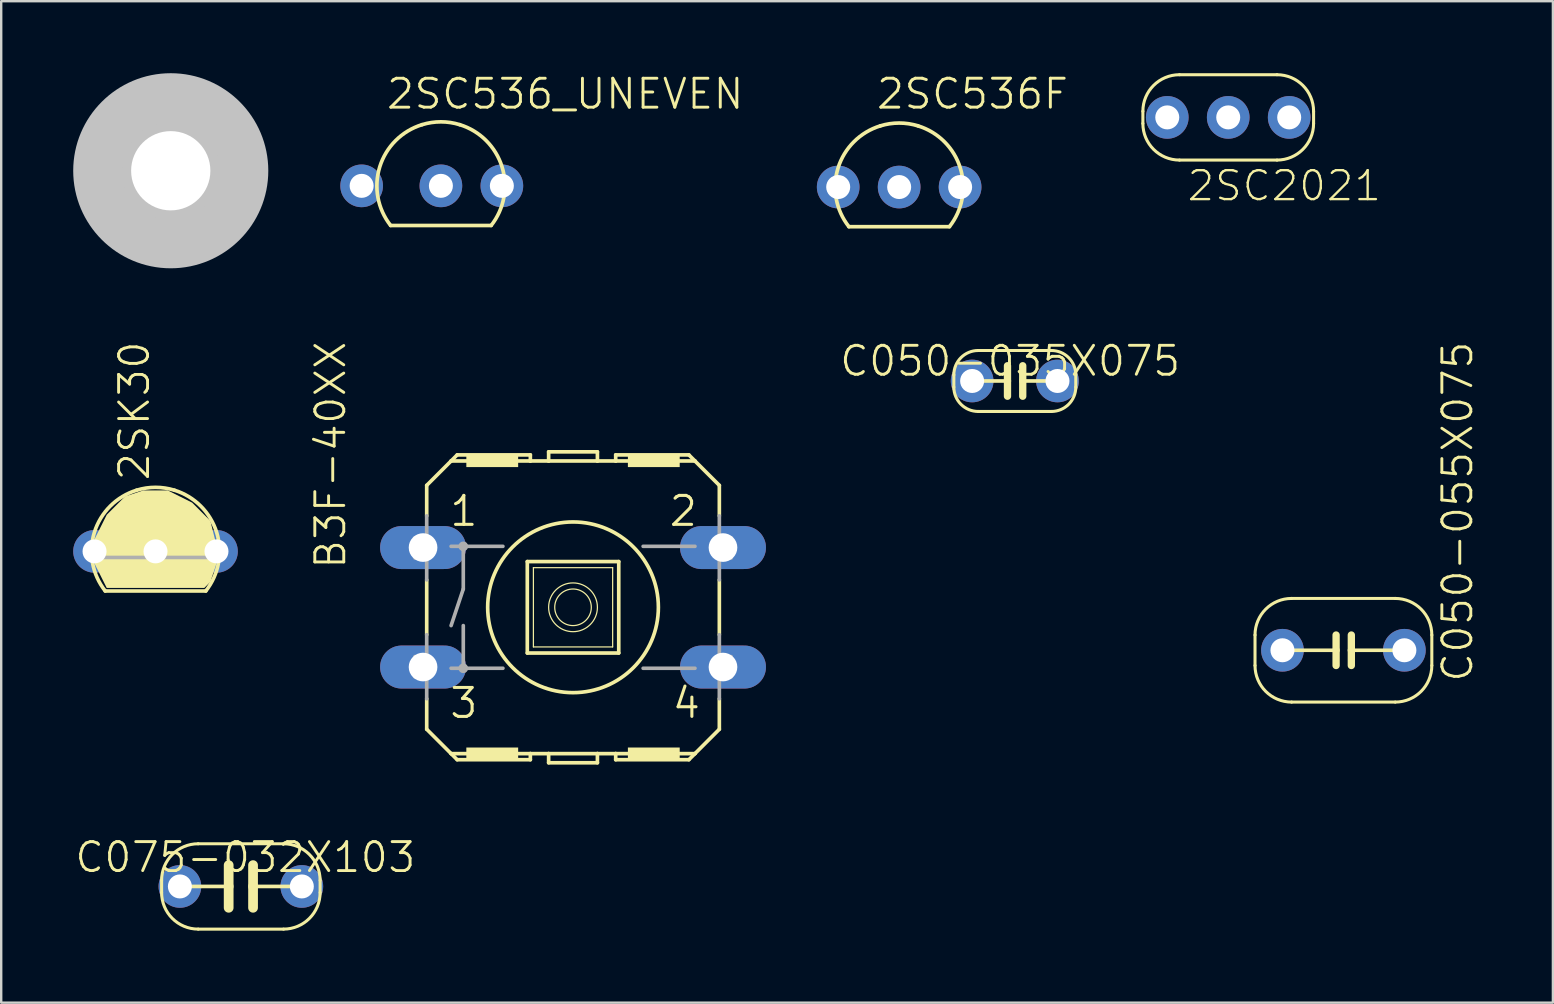
<source format=kicad_pcb>
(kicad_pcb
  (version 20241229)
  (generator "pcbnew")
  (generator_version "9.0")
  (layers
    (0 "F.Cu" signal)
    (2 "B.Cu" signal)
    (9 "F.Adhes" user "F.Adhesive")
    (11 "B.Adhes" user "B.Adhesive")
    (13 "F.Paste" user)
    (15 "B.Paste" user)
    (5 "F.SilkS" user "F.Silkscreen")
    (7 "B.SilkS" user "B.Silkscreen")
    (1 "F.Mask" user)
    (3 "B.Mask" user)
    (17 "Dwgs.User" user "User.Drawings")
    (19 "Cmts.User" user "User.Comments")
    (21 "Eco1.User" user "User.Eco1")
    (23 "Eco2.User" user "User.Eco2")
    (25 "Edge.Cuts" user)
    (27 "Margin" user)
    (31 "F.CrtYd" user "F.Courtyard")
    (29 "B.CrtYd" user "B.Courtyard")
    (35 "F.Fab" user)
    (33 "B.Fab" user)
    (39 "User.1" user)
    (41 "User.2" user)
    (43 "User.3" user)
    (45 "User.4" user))
  (footprint "B3F-40XX"
    (layer "F.Cu")
    (at 20.824 22.252)
    (property "Reference" "B3F-40XX" (at -9.398 -1.524 270) (layer "F.SilkS") (effects (font (size 1.206 1.206) (thickness 0.121)) (justify left bottom)))
    (attr through_hole)
    (fp_line (start -6.096 -5.08) (end -6.096 -3.81) (stroke (width 0.152) (type solid)) (layer "F.SilkS"))
    (fp_line (start -6.096 -1.143) (end -6.096 1.143) (stroke (width 0.152) (type solid)) (layer "F.SilkS"))
    (fp_line (start -6.096 3.81) (end -6.096 5.08) (stroke (width 0.152) (type solid)) (layer "F.SilkS"))
    (fp_line (start -6.096 5.08) (end -5.08 6.096) (stroke (width 0.152) (type solid)) (layer "F.SilkS"))
    (fp_line (start -5.08 -6.096) (end -6.096 -5.08) (stroke (width 0.152) (type solid)) (layer "F.SilkS"))
    (fp_line (start -5.08 -6.096) (end -4.826 -6.35) (stroke (width 0.152) (type solid)) (layer "F.SilkS"))
    (fp_line (start -5.08 -6.096) (end -1.778 -6.096) (stroke (width 0.152) (type solid)) (layer "F.SilkS"))
    (fp_line (start -5.08 6.096) (end -1.778 6.096) (stroke (width 0.152) (type solid)) (layer "F.SilkS"))
    (fp_line (start -4.826 6.35) (end -5.08 6.096) (stroke (width 0.152) (type solid)) (layer "F.SilkS"))
    (fp_line (start -1.905 -1.905) (end -1.905 1.905) (stroke (width 0.152) (type solid)) (layer "F.SilkS"))
    (fp_line (start -1.905 -1.905) (end 1.905 -1.905) (stroke (width 0.152) (type solid)) (layer "F.SilkS"))
    (fp_line (start -1.778 -6.35) (end -4.826 -6.35) (stroke (width 0.152) (type solid)) (layer "F.SilkS"))
    (fp_line (start -1.778 -6.35) (end -1.778 -6.096) (stroke (width 0.152) (type solid)) (layer "F.SilkS"))
    (fp_line (start -1.778 -6.096) (end -1.016 -6.096) (stroke (width 0.152) (type solid)) (layer "F.SilkS"))
    (fp_line (start -1.778 6.096) (end -1.778 6.35) (stroke (width 0.152) (type solid)) (layer "F.SilkS"))
    (fp_line (start -1.778 6.096) (end -1.016 6.096) (stroke (width 0.152) (type solid)) (layer "F.SilkS"))
    (fp_line (start -1.778 6.35) (end -4.826 6.35) (stroke (width 0.152) (type solid)) (layer "F.SilkS"))
    (fp_line (start -1.651 -1.651) (end -1.651 1.651) (stroke (width 0.051) (type solid)) (layer "F.SilkS"))
    (fp_line (start -1.651 -1.651) (end 1.651 -1.651) (stroke (width 0.051) (type solid)) (layer "F.SilkS"))
    (fp_line (start -1.016 -6.477) (end 1.016 -6.477) (stroke (width 0.152) (type solid)) (layer "F.SilkS"))
    (fp_line (start -1.016 -6.096) (end -1.016 -6.477) (stroke (width 0.152) (type solid)) (layer "F.SilkS"))
    (fp_line (start -1.016 -6.096) (end 1.016 -6.096) (stroke (width 0.152) (type solid)) (layer "F.SilkS"))
    (fp_line (start -1.016 6.096) (end 1.016 6.096) (stroke (width 0.152) (type solid)) (layer "F.SilkS"))
    (fp_line (start -1.016 6.477) (end -1.016 6.096) (stroke (width 0.152) (type solid)) (layer "F.SilkS"))
    (fp_line (start -1.016 6.477) (end 1.016 6.477) (stroke (width 0.152) (type solid)) (layer "F.SilkS"))
    (fp_line (start 1.016 -6.477) (end 1.016 -6.096) (stroke (width 0.152) (type solid)) (layer "F.SilkS"))
    (fp_line (start 1.016 6.096) (end 1.016 6.477) (stroke (width 0.152) (type solid)) (layer "F.SilkS"))
    (fp_line (start 1.016 6.096) (end 1.778 6.096) (stroke (width 0.152) (type solid)) (layer "F.SilkS"))
    (fp_line (start 1.651 1.651) (end -1.651 1.651) (stroke (width 0.051) (type solid)) (layer "F.SilkS"))
    (fp_line (start 1.651 1.651) (end 1.651 -1.651) (stroke (width 0.051) (type solid)) (layer "F.SilkS"))
    (fp_line (start 1.778 -6.35) (end 1.778 -6.096) (stroke (width 0.152) (type solid)) (layer "F.SilkS"))
    (fp_line (start 1.778 -6.096) (end 1.016 -6.096) (stroke (width 0.152) (type solid)) (layer "F.SilkS"))
    (fp_line (start 1.778 6.096) (end 1.778 6.35) (stroke (width 0.152) (type solid)) (layer "F.SilkS"))
    (fp_line (start 1.778 6.096) (end 5.08 6.096) (stroke (width 0.152) (type solid)) (layer "F.SilkS"))
    (fp_line (start 1.905 1.905) (end -1.905 1.905) (stroke (width 0.152) (type solid)) (layer "F.SilkS"))
    (fp_line (start 1.905 1.905) (end 1.905 -1.905) (stroke (width 0.152) (type solid)) (layer "F.SilkS"))
    (fp_line (start 4.826 -6.35) (end 1.778 -6.35) (stroke (width 0.152) (type solid)) (layer "F.SilkS"))
    (fp_line (start 4.826 6.35) (end 1.778 6.35) (stroke (width 0.152) (type solid)) (layer "F.SilkS"))
    (fp_line (start 5.08 -6.096) (end 1.778 -6.096) (stroke (width 0.152) (type solid)) (layer "F.SilkS"))
    (fp_line (start 5.08 -6.096) (end 4.826 -6.35) (stroke (width 0.152) (type solid)) (layer "F.SilkS"))
    (fp_line (start 5.08 6.096) (end 4.826 6.35) (stroke (width 0.152) (type solid)) (layer "F.SilkS"))
    (fp_line (start 5.08 6.096) (end 6.096 5.08) (stroke (width 0.152) (type solid)) (layer "F.SilkS"))
    (fp_line (start 6.096 -5.08) (end 5.08 -6.096) (stroke (width 0.152) (type solid)) (layer "F.SilkS"))
    (fp_line (start 6.096 -5.08) (end 6.096 -3.81) (stroke (width 0.152) (type solid)) (layer "F.SilkS"))
    (fp_line (start 6.096 -1.143) (end 6.096 1.143) (stroke (width 0.152) (type solid)) (layer "F.SilkS"))
    (fp_line (start 6.096 5.08) (end 6.096 3.81) (stroke (width 0.152) (type solid)) (layer "F.SilkS"))
    (fp_circle (center 0 0) (end 0.762 0) (stroke (width 0.051) (type solid)) (fill no) (layer "F.SilkS"))
    (fp_circle (center 0 0) (end 1.016 0) (stroke (width 0.051) (type solid)) (fill no) (layer "F.SilkS"))
    (fp_circle (center 0 0) (end 3.556 0) (stroke (width 0.152) (type solid)) (fill no) (layer "F.SilkS"))
    (fp_poly (pts (xy -4.445 -5.842) (xy -2.286 -5.842) (xy -2.286 -6.35) (xy -4.445 -6.35)) (stroke (width 0) (type solid)) (fill yes) (layer "F.SilkS"))
    (fp_poly (pts (xy -4.445 6.35) (xy -2.286 6.35) (xy -2.286 5.842) (xy -4.445 5.842)) (stroke (width 0) (type solid)) (fill yes) (layer "F.SilkS"))
    (fp_poly (pts (xy 2.286 -5.842) (xy 4.445 -5.842) (xy 4.445 -6.35) (xy 2.286 -6.35)) (stroke (width 0) (type solid)) (fill yes) (layer "F.SilkS"))
    (fp_poly (pts (xy 2.286 6.35) (xy 4.445 6.35) (xy 4.445 5.842) (xy 2.286 5.842)) (stroke (width 0) (type solid)) (fill yes) (layer "F.SilkS"))
    (fp_line (start -6.096 -1.143) (end -6.096 -3.81) (stroke (width 0.152) (type solid)) (layer "F.Fab"))
    (fp_line (start -6.096 3.81) (end -6.096 1.143) (stroke (width 0.152) (type solid)) (layer "F.Fab"))
    (fp_line (start -5.08 -2.54) (end -4.572 -2.54) (stroke (width 0.152) (type solid)) (layer "F.Fab"))
    (fp_line (start -5.08 2.54) (end -4.572 2.54) (stroke (width 0.152) (type solid)) (layer "F.Fab"))
    (fp_line (start -4.572 -2.54) (end -4.572 -0.762) (stroke (width 0.152) (type solid)) (layer "F.Fab"))
    (fp_line (start -4.572 -2.54) (end -2.921 -2.54) (stroke (width 0.152) (type solid)) (layer "F.Fab"))
    (fp_line (start -4.572 -0.762) (end -5.08 0.762) (stroke (width 0.152) (type solid)) (layer "F.Fab"))
    (fp_line (start -4.572 0.762) (end -4.572 2.54) (stroke (width 0.152) (type solid)) (layer "F.Fab"))
    (fp_line (start -4.572 2.54) (end -2.921 2.54) (stroke (width 0.152) (type solid)) (layer "F.Fab"))
    (fp_line (start 2.921 -2.54) (end 5.08 -2.54) (stroke (width 0.152) (type solid)) (layer "F.Fab"))
    (fp_line (start 2.921 2.54) (end 5.08 2.54) (stroke (width 0.152) (type solid)) (layer "F.Fab"))
    (fp_line (start 6.096 -1.143) (end 6.096 -3.81) (stroke (width 0.152) (type solid)) (layer "F.Fab"))
    (fp_line (start 6.096 3.81) (end 6.096 1.143) (stroke (width 0.152) (type solid)) (layer "F.Fab"))
    (fp_circle (center -4.572 -2.54) (end -4.445 -2.54) (stroke (width 0.152) (type solid)) (fill no) (layer "F.Fab"))
    (fp_circle (center -4.572 2.54) (end -4.445 2.54) (stroke (width 0.152) (type solid)) (fill no) (layer "F.Fab"))
    (fp_poly (pts (xy -6.604 -2.032) (xy -6.096 -2.032) (xy -6.096 -2.921) (xy -6.604 -2.921)) (stroke (width 0.1) (type solid)) (fill no) (layer "F.Fab"))
    (fp_poly (pts (xy -6.604 2.921) (xy -6.096 2.921) (xy -6.096 2.032) (xy -6.604 2.032)) (stroke (width 0.1) (type solid)) (fill no) (layer "F.Fab"))
    (fp_poly (pts (xy 6.096 -2.032) (xy 6.604 -2.032) (xy 6.604 -2.921) (xy 6.096 -2.921)) (stroke (width 0.1) (type solid)) (fill no) (layer "F.Fab"))
    (fp_poly (pts (xy 6.096 2.921) (xy 6.604 2.921) (xy 6.604 2.032) (xy 6.096 2.032)) (stroke (width 0.1) (type solid)) (fill no) (layer "F.Fab"))
    (fp_text user "3" (at -5.207 4.699 0) (layer "F.SilkS") (effects (font (size 1.206 1.206) (thickness 0.127)) (justify left bottom)))
    (fp_text user "2" (at 3.937 -3.302 0) (layer "F.SilkS") (effects (font (size 1.206 1.206) (thickness 0.127)) (justify left bottom)))
    (fp_text user "1" (at -5.207 -3.302 0) (layer "F.SilkS") (effects (font (size 1.206 1.206) (thickness 0.127)) (justify left bottom)))
    (fp_text user "4" (at 4.064 4.699 0) (layer "F.SilkS") (effects (font (size 1.206 1.206) (thickness 0.127)) (justify left bottom)))
    (pad "1" thru_hole oval (at -6.248 -2.489) (size 3.581 1.791) (drill 1.194) (layers "*.Cu" "*.Mask"))
    (pad "2" thru_hole oval (at 6.248 -2.489) (size 3.581 1.791) (drill 1.194) (layers "*.Cu" "*.Mask"))
    (pad "3" thru_hole oval (at -6.248 2.489) (size 3.581 1.791) (drill 1.194) (layers "*.Cu" "*.Mask"))
    (pad "4" thru_hole oval (at 6.248 2.489) (size 3.581 1.791) (drill 1.194) (layers "*.Cu" "*.Mask")))
  (footprint "C075-032X103"
    (layer "F.Cu")
    (at 6.985 33.882)
    (property "Reference" "C075-032X103" (at -6.985 -0.508 180) (layer "F.SilkS") (effects (font (size 1.206 1.206) (thickness 0.121)) (justify left bottom)))
    (attr through_hole)
    (fp_line (start -3.302 0.254) (end -3.302 -0.254) (stroke (width 0.127) (type solid)) (layer "F.SilkS"))
    (fp_line (start -2.54 0) (end -0.508 0) (stroke (width 0.152) (type solid)) (layer "F.SilkS"))
    (fp_line (start -1.778 -1.778) (end 1.778 -1.778) (stroke (width 0.127) (type solid)) (layer "F.SilkS"))
    (fp_line (start -0.508 -0.889) (end -0.508 0) (stroke (width 0.406) (type solid)) (layer "F.SilkS"))
    (fp_line (start -0.508 0) (end -0.508 0.889) (stroke (width 0.406) (type solid)) (layer "F.SilkS"))
    (fp_line (start 0.508 -0.889) (end 0.508 0) (stroke (width 0.406) (type solid)) (layer "F.SilkS"))
    (fp_line (start 0.508 0) (end 0.508 0.889) (stroke (width 0.406) (type solid)) (layer "F.SilkS"))
    (fp_line (start 0.508 0) (end 2.54 0) (stroke (width 0.152) (type solid)) (layer "F.SilkS"))
    (fp_line (start 1.778 1.778) (end -1.778 1.778) (stroke (width 0.127) (type solid)) (layer "F.SilkS"))
    (fp_line (start 3.302 -0.254) (end 3.302 0.254) (stroke (width 0.127) (type solid)) (layer "F.SilkS"))
    (fp_arc (start -3.302 -0.254) (mid -2.85563 -1.33163) (end -1.777999 -1.777999) (stroke (width 0.127) (type solid)) (layer "F.SilkS"))
    (fp_arc (start -1.778 1.778) (mid -2.855631 1.33163) (end -3.302001 0.253999) (stroke (width 0.127) (type solid)) (layer "F.SilkS"))
    (fp_arc (start 1.778 -1.778) (mid 2.855631 -1.33163) (end 3.302001 -0.253999) (stroke (width 0.127) (type solid)) (layer "F.SilkS"))
    (fp_arc (start 3.302 0.254) (mid 2.85563 1.33163) (end 1.777999 1.777999) (stroke (width 0.127) (type solid)) (layer "F.SilkS"))
    (pad "1" thru_hole circle (at -2.54 0) (size 1.778 1.778) (drill 1) (layers "*.Cu" "*.Mask"))
    (pad "2" thru_hole circle (at 2.54 0) (size 1.778 1.778) (drill 1) (layers "*.Cu" "*.Mask")))
  (footprint "2SC536_UNEVEN"
    (layer "F.Cu")
    (at 15.319 4.693)
    (property "Reference" "2SC536_UNEVEN" (at -2.337 -3.124 180) (layer "F.SilkS") (effects (font (size 1.206 1.206) (thickness 0.121)) (justify left bottom)))
    (attr through_hole)
    (fp_line (start -2.095 1.651) (end 2.095 1.651) (stroke (width 0.152) (type solid)) (layer "F.SilkS"))
    (fp_arc (start -2.0946 1.651) (mid -2.54634 -0.793276) (end -0.786301 -2.548501) (stroke (width 0.1524) (type solid)) (layer "F.SilkS"))
    (fp_arc (start -0.7863 -2.5485) (mid 0 -2.667043) (end 0.7863 -2.5485) (stroke (width 0.1524) (type solid)) (layer "F.SilkS"))
    (fp_arc (start 0.7868 -2.5484) (mid 2.54677 -0.793202) (end 2.095 1.650999) (stroke (width 0.1524) (type solid)) (layer "F.SilkS"))
    (pad "1" thru_hole circle (at 2.54 0) (size 1.778 1.778) (drill 1) (layers "*.Cu" "*.Mask"))
    (pad "2" thru_hole circle (at 0 0) (size 1.778 1.778) (drill 1) (layers "*.Cu" "*.Mask"))
    (pad "3" thru_hole circle (at -3.302 0) (size 1.778 1.778) (drill 1) (layers "*.Cu" "*.Mask")))
  (footprint "2SC2021"
    (layer "F.Cu")
    (at 48.122 1.841)
    (property "Reference" "2SC2021" (at -1.778 3.556 0) (layer "F.SilkS") (effects (font (size 1.206 1.206) (thickness 0.097)) (justify left bottom)))
    (attr through_hole)
    (fp_line (start -3.556 -0.254) (end -3.556 0.254) (stroke (width 0.127) (type solid)) (layer "F.SilkS"))
    (fp_line (start -2.032 1.778) (end 2.032 1.778) (stroke (width 0.127) (type solid)) (layer "F.SilkS"))
    (fp_line (start 2.032 -1.778) (end -2.032 -1.778) (stroke (width 0.127) (type solid)) (layer "F.SilkS"))
    (fp_line (start 3.556 0.254) (end 3.556 -0.254) (stroke (width 0.127) (type solid)) (layer "F.SilkS"))
    (fp_arc (start -3.556001 -0.253999) (mid -3.109631 -1.33163) (end -2.032 -1.778) (stroke (width 0.127) (type solid)) (layer "F.SilkS"))
    (fp_arc (start -2.031999 1.777999) (mid -3.10963 1.33163) (end -3.556 0.254) (stroke (width 0.127) (type solid)) (layer "F.SilkS"))
    (fp_arc (start 2.031999 -1.777999) (mid 3.10963 -1.33163) (end 3.556 -0.254) (stroke (width 0.127) (type solid)) (layer "F.SilkS"))
    (fp_arc (start 3.556001 0.253999) (mid 3.109631 1.33163) (end 2.032 1.778) (stroke (width 0.127) (type solid)) (layer "F.SilkS"))
    (pad "1" thru_hole circle (at -2.54 0) (size 1.778 1.778) (drill 1) (layers "*.Cu" "*.Mask"))
    (pad "2" thru_hole circle (at 0 0) (size 1.778 1.778) (drill 1) (layers "*.Cu" "*.Mask"))
    (pad "3" thru_hole circle (at 2.54 0) (size 1.778 1.778) (drill 1) (layers "*.Cu" "*.Mask")))
  (footprint "1,3"
    (layer "F.Cu")
    (at 4.064 4.064)
    (property "Reference" "1,3" (at 0 0 0) (layer "F.SilkS") (effects (font (size 1.27 1.27) (thickness 0.15))))
    (attr through_hole)
    (fp_circle (center 0 0) (end 1.9 0) (stroke (width 0.203) (type solid)) (fill no) (layer "F.SilkS"))
    (fp_circle (center 0 0) (end 3.81 0) (stroke (width 0.127) (type solid)) (fill no) (layer "F.SilkS"))
    (fp_circle (center 0 0) (end 2.502 0) (stroke (width 2.54) (type solid)) (fill no) (layer "Dwgs.User"))
    (fp_circle (center 0 0) (end 2.502 0) (stroke (width 2.54) (type solid)) (fill no) (layer "Dwgs.User"))
    (fp_circle (center 0 0) (end 2.54 0) (stroke (width 2.54) (type solid)) (fill no) (layer "Dwgs.User"))
    (fp_circle (center 0 0) (end 2.553 0) (stroke (width 2.54) (type solid)) (fill no) (layer "Dwgs.User"))
    (fp_circle (center 0 0) (end 3.048 0) (stroke (width 2.032) (type solid)) (fill no) (layer "Dwgs.User"))
    (fp_arc (start 0 -2.159) (mid 1.526644 -1.526644) (end 2.159 0) (stroke (width 2.4892) (type solid)) (layer "F.Fab"))
    (fp_arc (start 0 2.159) (mid -1.526644 1.526644) (end -2.159 0) (stroke (width 2.4892) (type solid)) (layer "F.Fab"))
    (fp_circle (center 0 0) (end 0.762 0) (stroke (width 0.457) (type solid)) (fill no) (layer "F.Fab"))
    (pad "" np_thru_hole circle (at 0 0) (size 3.302 3.302) (drill 3.302) (layers "*.Cu" "*.Mask")))
  (footprint "C050-035X075"
    (layer "F.Cu")
    (at 39.23 12.823)
    (property "Reference" "C050-035X075" (at -7.366 -0.127 0) (layer "F.SilkS") (effects (font (size 1.206 1.206) (thickness 0.121)) (justify left bottom)))
    (attr through_hole)
    (fp_line (start -2.54 -0.254) (end -2.54 0.254) (stroke (width 0.127) (type solid)) (layer "F.SilkS"))
    (fp_line (start -1.524 1.27) (end 1.524 1.27) (stroke (width 0.127) (type solid)) (layer "F.SilkS"))
    (fp_line (start -0.305 -0.635) (end -0.305 0) (stroke (width 0.305) (type solid)) (layer "F.SilkS"))
    (fp_line (start -0.305 0) (end -1.778 0) (stroke (width 0.152) (type solid)) (layer "F.SilkS"))
    (fp_line (start -0.305 0) (end -0.305 0.635) (stroke (width 0.305) (type solid)) (layer "F.SilkS"))
    (fp_line (start 0.33 -0.635) (end 0.33 0) (stroke (width 0.305) (type solid)) (layer "F.SilkS"))
    (fp_line (start 0.33 0) (end 0.33 0.635) (stroke (width 0.305) (type solid)) (layer "F.SilkS"))
    (fp_line (start 0.33 0) (end 1.778 0) (stroke (width 0.152) (type solid)) (layer "F.SilkS"))
    (fp_line (start 1.524 -1.27) (end -1.524 -1.27) (stroke (width 0.127) (type solid)) (layer "F.SilkS"))
    (fp_line (start 2.54 0.254) (end 2.54 -0.254) (stroke (width 0.127) (type solid)) (layer "F.SilkS"))
    (fp_arc (start -2.540001 -0.253999) (mid -2.242421 -0.97242) (end -1.524 -1.27) (stroke (width 0.127) (type solid)) (layer "F.SilkS"))
    (fp_arc (start -1.523999 1.269999) (mid -2.24242 0.97242) (end -2.54 0.254) (stroke (width 0.127) (type solid)) (layer "F.SilkS"))
    (fp_arc (start 1.523999 -1.269999) (mid 2.24242 -0.97242) (end 2.54 -0.254) (stroke (width 0.127) (type solid)) (layer "F.SilkS"))
    (fp_arc (start 2.540001 0.253999) (mid 2.242421 0.97242) (end 1.524 1.27) (stroke (width 0.127) (type solid)) (layer "F.SilkS"))
    (pad "1" thru_hole circle (at -1.778 0) (size 1.778 1.778) (drill 1) (layers "*.Cu" "*.Mask"))
    (pad "2" thru_hole circle (at 1.778 0) (size 1.778 1.778) (drill 1) (layers "*.Cu" "*.Mask")))
  (footprint "2SK30"
    (layer "F.Cu")
    (at 3.429 19.922)
    (property "Reference" "2SK30" (at -0.178 -2.87 90) (layer "F.SilkS") (effects (font (size 1.206 1.206) (thickness 0.121)) (justify left bottom)))
    (attr through_hole)
    (fp_line (start -2.655 0.254) (end -2.254 0.254) (stroke (width 0.152) (type solid)) (layer "F.SilkS"))
    (fp_line (start -2.095 1.651) (end 2.095 1.651) (stroke (width 0.152) (type solid)) (layer "F.SilkS"))
    (fp_line (start -0.286 0.254) (end 0.286 0.254) (stroke (width 0.152) (type solid)) (layer "F.SilkS"))
    (fp_line (start 2.254 0.254) (end 2.655 0.254) (stroke (width 0.152) (type solid)) (layer "F.SilkS"))
    (fp_arc (start -2.0946 1.651) (mid -2.54634 -0.793276) (end -0.786301 -2.548501) (stroke (width 0.1524) (type solid)) (layer "F.SilkS"))
    (fp_arc (start -0.7863 -2.5485) (mid 0 -2.667043) (end 0.7863 -2.5485) (stroke (width 0.1524) (type solid)) (layer "F.SilkS"))
    (fp_arc (start 0.7868 -2.5484) (mid 2.54677 -0.793202) (end 2.095 1.650999) (stroke (width 0.1524) (type solid)) (layer "F.SilkS"))
    (fp_poly (pts (xy -2.032 1.524) (xy -2.54 0.508) (xy -2.54 -0.508) (xy -2.032 -1.524) (xy -1.27 -2.286) (xy -0.508 -2.54) (xy 0.508 -2.54) (xy 1.524 -2.032) (xy 2.286 -1.27) (xy 2.54 -0.254) (xy 2.54 0.508) (xy 2.286 1.27) (xy 2.032 1.524)) (stroke (width 0) (type solid)) (fill yes) (layer "F.SilkS"))
    (fp_line (start -2.254 0.254) (end -0.286 0.254) (stroke (width 0.152) (type solid)) (layer "F.Fab"))
    (fp_line (start 0.286 0.254) (end 2.254 0.254) (stroke (width 0.152) (type solid)) (layer "F.Fab"))
    (pad "1" thru_hole circle (at 2.54 0) (size 1.778 1.778) (drill 1) (layers "*.Cu" "*.Mask"))
    (pad "2" thru_hole circle (at 0 0) (size 1.778 1.778) (drill 1) (layers "*.Cu" "*.Mask"))
    (pad "3" thru_hole circle (at -2.54 0) (size 1.778 1.778) (drill 1) (layers "*.Cu" "*.Mask")))
  (footprint "2SC536F"
    (layer "F.Cu")
    (at 34.412 4.743)
    (property "Reference" "2SC536F" (at -1.016 -3.175 0) (layer "F.SilkS") (effects (font (size 1.206 1.206) (thickness 0.121)) (justify left bottom)))
    (attr through_hole)
    (fp_line (start -2.095 1.651) (end 2.095 1.651) (stroke (width 0.152) (type solid)) (layer "F.SilkS"))
    (fp_arc (start -2.0946 1.651) (mid -2.54634 -0.793276) (end -0.786301 -2.548501) (stroke (width 0.1524) (type solid)) (layer "F.SilkS"))
    (fp_arc (start -0.7863 -2.5485) (mid 0 -2.667043) (end 0.7863 -2.5485) (stroke (width 0.1524) (type solid)) (layer "F.SilkS"))
    (fp_arc (start 0.7868 -2.5484) (mid 2.54677 -0.793202) (end 2.095 1.650999) (stroke (width 0.1524) (type solid)) (layer "F.SilkS"))
    (pad "1" thru_hole circle (at 2.54 0) (size 1.778 1.778) (drill 1) (layers "*.Cu" "*.Mask"))
    (pad "2" thru_hole circle (at 0 0) (size 1.778 1.778) (drill 1) (layers "*.Cu" "*.Mask"))
    (pad "3" thru_hole circle (at -2.54 0) (size 1.778 1.778) (drill 1) (layers "*.Cu" "*.Mask")))
  (footprint "C050-055X075"
    (layer "F.Cu")
    (at 52.921 24.042)
    (property "Reference" "C050-055X075" (at 5.461 1.397 90) (layer "F.SilkS") (effects (font (size 1.206 1.206) (thickness 0.121)) (justify left bottom)))
    (attr through_hole)
    (fp_line (start -3.683 -0.635) (end -3.683 0.635) (stroke (width 0.127) (type solid)) (layer "F.SilkS"))
    (fp_line (start -2.159 2.159) (end 2.159 2.159) (stroke (width 0.127) (type solid)) (layer "F.SilkS"))
    (fp_line (start -0.305 -0.635) (end -0.305 0) (stroke (width 0.305) (type solid)) (layer "F.SilkS"))
    (fp_line (start -0.305 0) (end -2.54 0) (stroke (width 0.152) (type solid)) (layer "F.SilkS"))
    (fp_line (start -0.305 0) (end -0.305 0.635) (stroke (width 0.305) (type solid)) (layer "F.SilkS"))
    (fp_line (start 0.33 -0.635) (end 0.33 0) (stroke (width 0.305) (type solid)) (layer "F.SilkS"))
    (fp_line (start 0.33 0) (end 0.33 0.635) (stroke (width 0.305) (type solid)) (layer "F.SilkS"))
    (fp_line (start 0.33 0) (end 2.54 0) (stroke (width 0.152) (type solid)) (layer "F.SilkS"))
    (fp_line (start 2.159 -2.159) (end -2.159 -2.159) (stroke (width 0.127) (type solid)) (layer "F.SilkS"))
    (fp_line (start 3.683 0.635) (end 3.683 -0.635) (stroke (width 0.127) (type solid)) (layer "F.SilkS"))
    (fp_arc (start -3.683001 -0.634999) (mid -3.236631 -1.71263) (end -2.159 -2.159) (stroke (width 0.127) (type solid)) (layer "F.SilkS"))
    (fp_arc (start -2.158999 2.158999) (mid -3.23663 1.71263) (end -3.683 0.635) (stroke (width 0.127) (type solid)) (layer "F.SilkS"))
    (fp_arc (start 2.158999 -2.158999) (mid 3.23663 -1.71263) (end 3.683 -0.635) (stroke (width 0.127) (type solid)) (layer "F.SilkS"))
    (fp_arc (start 3.683001 0.634999) (mid 3.236631 1.71263) (end 2.159 2.159) (stroke (width 0.127) (type solid)) (layer "F.SilkS"))
    (pad "1" thru_hole circle (at -2.54 0) (size 1.778 1.778) (drill 1) (layers "*.Cu" "*.Mask"))
    (pad "2" thru_hole circle (at 2.54 0) (size 1.778 1.778) (drill 1) (layers "*.Cu" "*.Mask")))
  (gr_rect
    (start -3 -3)
    (end 61.649 38.723)
    (stroke (width 0.1) (type default))
    (fill no)
    (layer "Edge.Cuts")))
</source>
